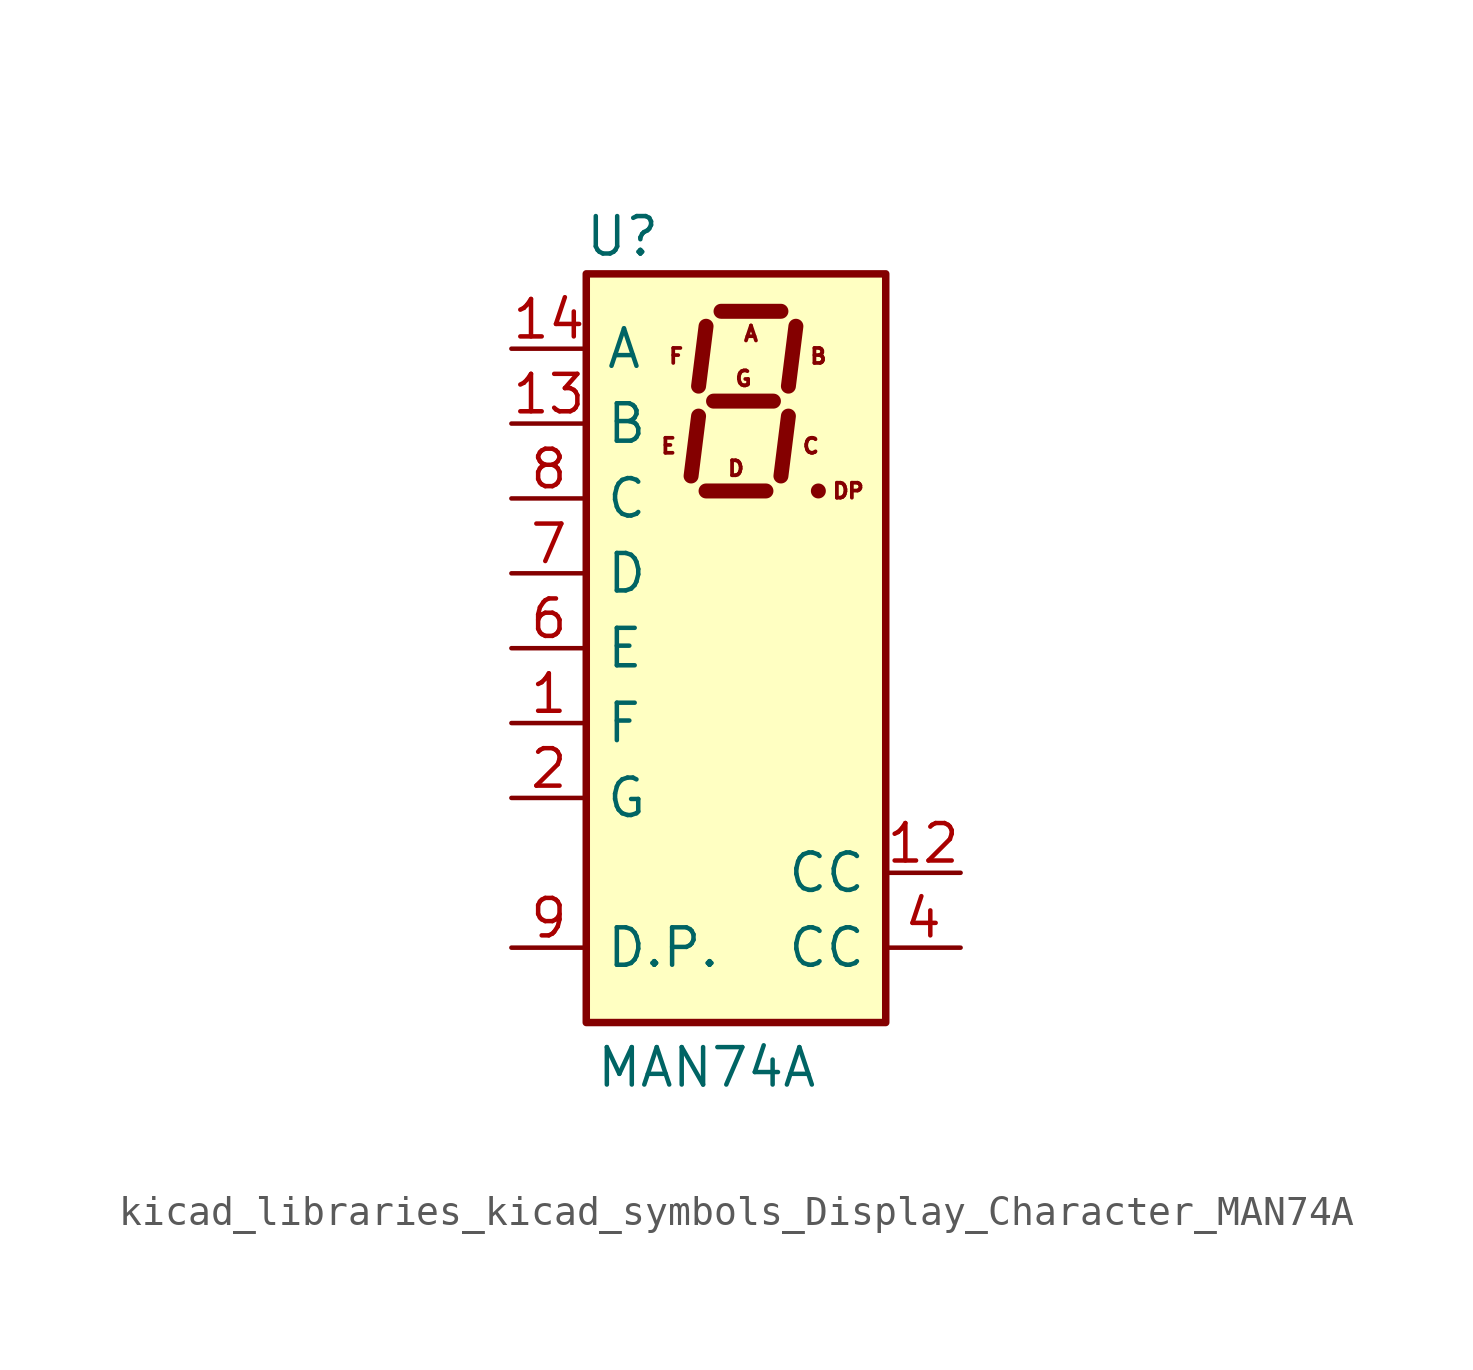
<source format=kicad_sym>
(kicad_symbol_lib
  (version 20220914)
  (generator kicad_symbol_editor)
  (symbol "kicad_libraries_kicad_symbols_Display_Character_MAN74A"
    (pin_names
      (offset 0.635))
    (property "Reference" "U"
      (at -2.54 13.97 0)
      (effects (font (size 1.27 1.27)) (justify right)))
    (property "Value" "MAN74A"
      (at 2.794 -14.224 0)
      (effects (font (size 1.27 1.27)) (justify right)))
    (symbol "kicad_libraries_kicad_symbols_Display_Character_MAN74A_0_0"
      (text "A" (at 0.508 10.668 0) (effects (font (size 0.508 0.508))))
      (text "B" (at 2.794 9.906 0) (effects (font (size 0.508 0.508))))
      (text "C" (at 2.54 6.858 0) (effects (font (size 0.508 0.508))))
      (text "D" (at 0 6.096 0) (effects (font (size 0.508 0.508))))
      (text "DP" (at 3.81 5.334 0) (effects (font (size 0.508 0.508))))
      (text "E" (at -2.286 6.858 0) (effects (font (size 0.508 0.508))))
      (text "F" (at -2.032 9.906 0) (effects (font (size 0.508 0.508))))
      (text "G" (at 0.254 9.144 0) (effects (font (size 0.508 0.508)))))
    (symbol "kicad_libraries_kicad_symbols_Display_Character_MAN74A_0_1"
      (rectangle (start -5.08 12.7) (end 5.08 -12.7) (stroke (width 0.254) (type default)) (fill (type background)))
      (polyline (pts (xy -1.27 7.874) (xy -1.524 5.842)) (stroke (width 0.508) (type default)) (fill (type none)))
      (polyline (pts (xy -1.016 5.334) (xy 1.016 5.334)) (stroke (width 0.508) (type default)) (fill (type none)))
      (polyline (pts (xy -1.016 10.922) (xy -1.27 8.89)) (stroke (width 0.508) (type default)) (fill (type none)))
      (polyline (pts (xy -0.762 8.382) (xy 1.27 8.382)) (stroke (width 0.508) (type default)) (fill (type none)))
      (polyline (pts (xy -0.508 11.43) (xy 1.524 11.43)) (stroke (width 0.508) (type default)) (fill (type none)))
      (polyline (pts (xy 1.778 7.874) (xy 1.524 5.842)) (stroke (width 0.508) (type default)) (fill (type none)))
      (polyline (pts (xy 2.032 10.922) (xy 1.778 8.89)) (stroke (width 0.508) (type default)) (fill (type none)))
      (polyline (pts (xy 2.794 5.334) (xy 2.794 5.334)) (stroke (width 0.508) (type default)) (fill (type none))))
    (symbol "kicad_libraries_kicad_symbols_Display_Character_MAN74A_1_1"
      (pin input line (at -7.62 -2.54 0) (length 2.54) (name "F" (effects (font (size 1.27 1.27)))) (number "1" (effects (font (size 1.27 1.27)))))
      (pin no_connect line (at 5.08 -2.54 180) (length 2.54) hide (name "NC" (effects (font (size 1.27 1.27)))) (number "10" (effects (font (size 1.27 1.27)))))
      (pin no_connect line (at 5.08 -5.08 180) (length 2.54) hide (name "NC" (effects (font (size 1.27 1.27)))) (number "11" (effects (font (size 1.27 1.27)))))
      (pin input line (at 7.62 -7.62 180) (length 2.54) (name "CC" (effects (font (size 1.27 1.27)))) (number "12" (effects (font (size 1.27 1.27)))))
      (pin input line (at -7.62 7.62 0) (length 2.54) (name "B" (effects (font (size 1.27 1.27)))) (number "13" (effects (font (size 1.27 1.27)))))
      (pin input line (at -7.62 10.16 0) (length 2.54) (name "A" (effects (font (size 1.27 1.27)))) (number "14" (effects (font (size 1.27 1.27)))))
      (pin input line (at -7.62 -5.08 0) (length 2.54) (name "G" (effects (font (size 1.27 1.27)))) (number "2" (effects (font (size 1.27 1.27)))))
      (pin no_connect line (at 5.08 2.54 180) (length 2.54) hide (name "NC" (effects (font (size 1.27 1.27)))) (number "3" (effects (font (size 1.27 1.27)))))
      (pin input line (at 7.62 -10.16 180) (length 2.54) (name "CC" (effects (font (size 1.27 1.27)))) (number "4" (effects (font (size 1.27 1.27)))))
      (pin no_connect line (at 5.08 0 180) (length 2.54) hide (name "NC" (effects (font (size 1.27 1.27)))) (number "5" (effects (font (size 1.27 1.27)))))
      (pin input line (at -7.62 0 0) (length 2.54) (name "E" (effects (font (size 1.27 1.27)))) (number "6" (effects (font (size 1.27 1.27)))))
      (pin input line (at -7.62 2.54 0) (length 2.54) (name "D" (effects (font (size 1.27 1.27)))) (number "7" (effects (font (size 1.27 1.27)))))
      (pin input line (at -7.62 5.08 0) (length 2.54) (name "C" (effects (font (size 1.27 1.27)))) (number "8" (effects (font (size 1.27 1.27)))))
      (pin input line (at -7.62 -10.16 0) (length 2.54) (name "D.P." (effects (font (size 1.27 1.27)))) (number "9" (effects (font (size 1.27 1.27))))))))
</source>
